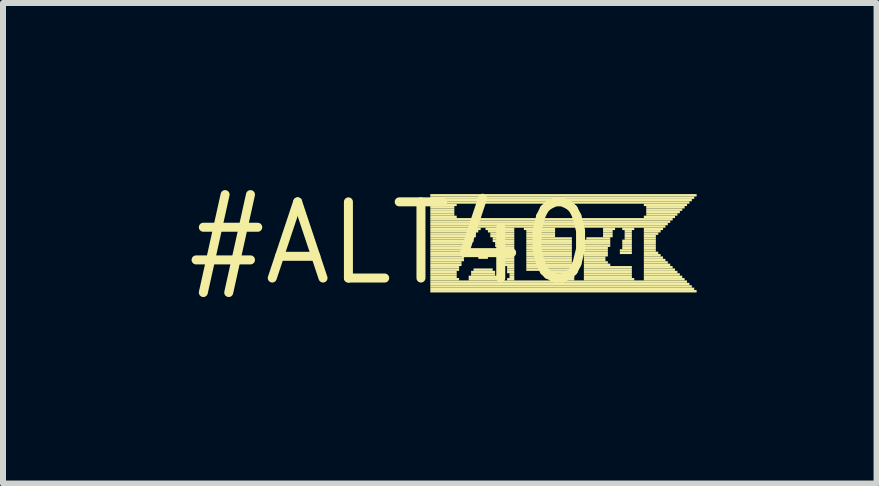
<source format=kicad_pcb>
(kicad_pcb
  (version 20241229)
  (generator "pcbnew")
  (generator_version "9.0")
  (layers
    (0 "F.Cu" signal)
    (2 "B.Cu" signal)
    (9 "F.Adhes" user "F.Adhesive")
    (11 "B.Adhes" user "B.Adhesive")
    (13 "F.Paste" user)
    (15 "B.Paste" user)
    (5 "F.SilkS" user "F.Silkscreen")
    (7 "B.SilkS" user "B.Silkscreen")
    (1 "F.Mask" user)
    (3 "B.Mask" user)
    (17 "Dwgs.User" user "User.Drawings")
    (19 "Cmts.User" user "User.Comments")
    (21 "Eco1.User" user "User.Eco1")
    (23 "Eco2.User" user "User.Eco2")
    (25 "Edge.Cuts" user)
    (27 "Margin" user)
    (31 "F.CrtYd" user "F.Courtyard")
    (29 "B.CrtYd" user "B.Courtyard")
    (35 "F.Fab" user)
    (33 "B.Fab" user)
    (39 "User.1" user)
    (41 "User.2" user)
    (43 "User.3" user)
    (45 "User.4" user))
  (footprint "#ALT40"
    (layer "F.Cu")
    (at 3.485 1.006)
    (property "Reference" "#ALT40" (at 0 0 0) (layer "F.SilkS") (effects (font (size 1.27 1.27) (thickness 0.15))))
    (fp_poly (pts (xy 0.64 -0.78) (xy 5.08 -0.78) (xy 5.08 -0.82) (xy 0.64 -0.82)) (stroke (width 0) (type default)) (fill yes) (layer "F.SilkS"))
    (fp_poly (pts (xy 0.64 -0.74) (xy 5.04 -0.74) (xy 5.04 -0.78) (xy 0.64 -0.78)) (stroke (width 0) (type default)) (fill yes) (layer "F.SilkS"))
    (fp_poly (pts (xy 0.64 -0.7) (xy 5 -0.7) (xy 5 -0.74) (xy 0.64 -0.74)) (stroke (width 0) (type default)) (fill yes) (layer "F.SilkS"))
    (fp_poly (pts (xy 0.64 -0.66) (xy 4.96 -0.66) (xy 4.96 -0.7) (xy 0.64 -0.7)) (stroke (width 0) (type default)) (fill yes) (layer "F.SilkS"))
    (fp_poly (pts (xy 0.64 -0.62) (xy 1.08 -0.62) (xy 1.08 -0.66) (xy 0.64 -0.66)) (stroke (width 0) (type default)) (fill yes) (layer "F.SilkS"))
    (fp_poly (pts (xy 0.64 -0.58) (xy 1.04 -0.58) (xy 1.04 -0.62) (xy 0.64 -0.62)) (stroke (width 0) (type default)) (fill yes) (layer "F.SilkS"))
    (fp_poly (pts (xy 0.64 -0.54) (xy 1.04 -0.54) (xy 1.04 -0.58) (xy 0.64 -0.58)) (stroke (width 0) (type default)) (fill yes) (layer "F.SilkS"))
    (fp_poly (pts (xy 0.64 -0.5) (xy 1.04 -0.5) (xy 1.04 -0.54) (xy 0.64 -0.54)) (stroke (width 0) (type default)) (fill yes) (layer "F.SilkS"))
    (fp_poly (pts (xy 0.64 -0.46) (xy 1.04 -0.46) (xy 1.04 -0.5) (xy 0.64 -0.5)) (stroke (width 0) (type default)) (fill yes) (layer "F.SilkS"))
    (fp_poly (pts (xy 0.64 -0.42) (xy 1.08 -0.42) (xy 1.08 -0.46) (xy 0.64 -0.46)) (stroke (width 0) (type default)) (fill yes) (layer "F.SilkS"))
    (fp_poly (pts (xy 0.64 -0.38) (xy 4.68 -0.38) (xy 4.68 -0.42) (xy 0.64 -0.42)) (stroke (width 0) (type default)) (fill yes) (layer "F.SilkS"))
    (fp_poly (pts (xy 0.64 -0.34) (xy 4.64 -0.34) (xy 4.64 -0.38) (xy 0.64 -0.38)) (stroke (width 0) (type default)) (fill yes) (layer "F.SilkS"))
    (fp_poly (pts (xy 0.64 -0.3) (xy 4.6 -0.3) (xy 4.6 -0.34) (xy 0.64 -0.34)) (stroke (width 0) (type default)) (fill yes) (layer "F.SilkS"))
    (fp_poly (pts (xy 0.64 -0.26) (xy 4.56 -0.26) (xy 4.56 -0.3) (xy 0.64 -0.3)) (stroke (width 0) (type default)) (fill yes) (layer "F.SilkS"))
    (fp_poly (pts (xy 0.64 -0.22) (xy 1.48 -0.22) (xy 1.48 -0.26) (xy 0.64 -0.26)) (stroke (width 0) (type default)) (fill yes) (layer "F.SilkS"))
    (fp_poly (pts (xy 0.64 -0.18) (xy 1.44 -0.18) (xy 1.44 -0.22) (xy 0.64 -0.22)) (stroke (width 0) (type default)) (fill yes) (layer "F.SilkS"))
    (fp_poly (pts (xy 0.64 -0.14) (xy 1.4 -0.14) (xy 1.4 -0.18) (xy 0.64 -0.18)) (stroke (width 0) (type default)) (fill yes) (layer "F.SilkS"))
    (fp_poly (pts (xy 0.64 -0.1) (xy 1.4 -0.1) (xy 1.4 -0.14) (xy 0.64 -0.14)) (stroke (width 0) (type default)) (fill yes) (layer "F.SilkS"))
    (fp_poly (pts (xy 0.64 -0.06) (xy 1.36 -0.06) (xy 1.36 -0.1) (xy 0.64 -0.1)) (stroke (width 0) (type default)) (fill yes) (layer "F.SilkS"))
    (fp_poly (pts (xy 0.64 -0.02) (xy 1.36 -0.02) (xy 1.36 -0.06) (xy 0.64 -0.06)) (stroke (width 0) (type default)) (fill yes) (layer "F.SilkS"))
    (fp_poly (pts (xy 0.64 0.02) (xy 1.32 0.02) (xy 1.32 -0.02) (xy 0.64 -0.02)) (stroke (width 0) (type default)) (fill yes) (layer "F.SilkS"))
    (fp_poly (pts (xy 0.64 0.06) (xy 1.32 0.06) (xy 1.32 0.02) (xy 0.64 0.02)) (stroke (width 0) (type default)) (fill yes) (layer "F.SilkS"))
    (fp_poly (pts (xy 0.64 0.1) (xy 1.28 0.1) (xy 1.28 0.06) (xy 0.64 0.06)) (stroke (width 0) (type default)) (fill yes) (layer "F.SilkS"))
    (fp_poly (pts (xy 0.64 0.14) (xy 1.28 0.14) (xy 1.28 0.1) (xy 0.64 0.1)) (stroke (width 0) (type default)) (fill yes) (layer "F.SilkS"))
    (fp_poly (pts (xy 0.64 0.18) (xy 1.24 0.18) (xy 1.24 0.14) (xy 0.64 0.14)) (stroke (width 0) (type default)) (fill yes) (layer "F.SilkS"))
    (fp_poly (pts (xy 0.64 0.22) (xy 1.24 0.22) (xy 1.24 0.18) (xy 0.64 0.18)) (stroke (width 0) (type default)) (fill yes) (layer "F.SilkS"))
    (fp_poly (pts (xy 0.64 0.26) (xy 1.2 0.26) (xy 1.2 0.22) (xy 0.64 0.22)) (stroke (width 0) (type default)) (fill yes) (layer "F.SilkS"))
    (fp_poly (pts (xy 0.64 0.3) (xy 1.2 0.3) (xy 1.2 0.26) (xy 0.64 0.26)) (stroke (width 0) (type default)) (fill yes) (layer "F.SilkS"))
    (fp_poly (pts (xy 0.64 0.34) (xy 1.16 0.34) (xy 1.16 0.3) (xy 0.64 0.3)) (stroke (width 0) (type default)) (fill yes) (layer "F.SilkS"))
    (fp_poly (pts (xy 0.64 0.38) (xy 1.16 0.38) (xy 1.16 0.34) (xy 0.64 0.34)) (stroke (width 0) (type default)) (fill yes) (layer "F.SilkS"))
    (fp_poly (pts (xy 0.64 0.42) (xy 1.12 0.42) (xy 1.12 0.38) (xy 0.64 0.38)) (stroke (width 0) (type default)) (fill yes) (layer "F.SilkS"))
    (fp_poly (pts (xy 0.64 0.46) (xy 1.12 0.46) (xy 1.12 0.42) (xy 0.64 0.42)) (stroke (width 0) (type default)) (fill yes) (layer "F.SilkS"))
    (fp_poly (pts (xy 0.64 0.5) (xy 1.08 0.5) (xy 1.08 0.46) (xy 0.64 0.46)) (stroke (width 0) (type default)) (fill yes) (layer "F.SilkS"))
    (fp_poly (pts (xy 0.64 0.54) (xy 1.08 0.54) (xy 1.08 0.5) (xy 0.64 0.5)) (stroke (width 0) (type default)) (fill yes) (layer "F.SilkS"))
    (fp_poly (pts (xy 0.64 0.58) (xy 1.08 0.58) (xy 1.08 0.54) (xy 0.64 0.54)) (stroke (width 0) (type default)) (fill yes) (layer "F.SilkS"))
    (fp_poly (pts (xy 0.64 0.62) (xy 1.12 0.62) (xy 1.12 0.58) (xy 0.64 0.58)) (stroke (width 0) (type default)) (fill yes) (layer "F.SilkS"))
    (fp_poly (pts (xy 0.64 0.66) (xy 4.92 0.66) (xy 4.92 0.62) (xy 0.64 0.62)) (stroke (width 0) (type default)) (fill yes) (layer "F.SilkS"))
    (fp_poly (pts (xy 0.64 0.7) (xy 4.96 0.7) (xy 4.96 0.66) (xy 0.64 0.66)) (stroke (width 0) (type default)) (fill yes) (layer "F.SilkS"))
    (fp_poly (pts (xy 0.64 0.74) (xy 5 0.74) (xy 5 0.7) (xy 0.64 0.7)) (stroke (width 0) (type default)) (fill yes) (layer "F.SilkS"))
    (fp_poly (pts (xy 0.64 0.78) (xy 5.04 0.78) (xy 5.04 0.74) (xy 0.64 0.74)) (stroke (width 0) (type default)) (fill yes) (layer "F.SilkS"))
    (fp_poly (pts (xy 0.64 0.82) (xy 5.08 0.82) (xy 5.08 0.78) (xy 0.64 0.78)) (stroke (width 0) (type default)) (fill yes) (layer "F.SilkS"))
    (fp_poly (pts (xy 1.28 0.58) (xy 1.76 0.58) (xy 1.76 0.54) (xy 1.28 0.54)) (stroke (width 0) (type default)) (fill yes) (layer "F.SilkS"))
    (fp_poly (pts (xy 1.28 0.62) (xy 1.76 0.62) (xy 1.76 0.58) (xy 1.28 0.58)) (stroke (width 0) (type default)) (fill yes) (layer "F.SilkS"))
    (fp_poly (pts (xy 1.32 0.5) (xy 1.72 0.5) (xy 1.72 0.46) (xy 1.32 0.46)) (stroke (width 0) (type default)) (fill yes) (layer "F.SilkS"))
    (fp_poly (pts (xy 1.32 0.54) (xy 1.72 0.54) (xy 1.72 0.5) (xy 1.32 0.5)) (stroke (width 0) (type default)) (fill yes) (layer "F.SilkS"))
    (fp_poly (pts (xy 1.36 0.46) (xy 1.68 0.46) (xy 1.68 0.42) (xy 1.36 0.42)) (stroke (width 0) (type default)) (fill yes) (layer "F.SilkS"))
    (fp_poly (pts (xy 1.44 0.26) (xy 1.6 0.26) (xy 1.6 0.22) (xy 1.44 0.22)) (stroke (width 0) (type default)) (fill yes) (layer "F.SilkS"))
    (fp_poly (pts (xy 1.48 0.18) (xy 1.56 0.18) (xy 1.56 0.14) (xy 1.48 0.14)) (stroke (width 0) (type default)) (fill yes) (layer "F.SilkS"))
    (fp_poly (pts (xy 1.48 0.22) (xy 1.56 0.22) (xy 1.56 0.18) (xy 1.48 0.18)) (stroke (width 0) (type default)) (fill yes) (layer "F.SilkS"))
    (fp_poly (pts (xy 1.56 -0.22) (xy 2.04 -0.22) (xy 2.04 -0.26) (xy 1.56 -0.26)) (stroke (width 0) (type default)) (fill yes) (layer "F.SilkS"))
    (fp_poly (pts (xy 1.6 -0.18) (xy 2.04 -0.18) (xy 2.04 -0.22) (xy 1.6 -0.22)) (stroke (width 0) (type default)) (fill yes) (layer "F.SilkS"))
    (fp_poly (pts (xy 1.64 -0.14) (xy 2.04 -0.14) (xy 2.04 -0.18) (xy 1.64 -0.18)) (stroke (width 0) (type default)) (fill yes) (layer "F.SilkS"))
    (fp_poly (pts (xy 1.64 -0.1) (xy 2.04 -0.1) (xy 2.04 -0.14) (xy 1.64 -0.14)) (stroke (width 0) (type default)) (fill yes) (layer "F.SilkS"))
    (fp_poly (pts (xy 1.68 -0.06) (xy 2.04 -0.06) (xy 2.04 -0.1) (xy 1.68 -0.1)) (stroke (width 0) (type default)) (fill yes) (layer "F.SilkS"))
    (fp_poly (pts (xy 1.68 -0.02) (xy 2.04 -0.02) (xy 2.04 -0.06) (xy 1.68 -0.06)) (stroke (width 0) (type default)) (fill yes) (layer "F.SilkS"))
    (fp_poly (pts (xy 1.72 0.02) (xy 2.04 0.02) (xy 2.04 -0.02) (xy 1.72 -0.02)) (stroke (width 0) (type default)) (fill yes) (layer "F.SilkS"))
    (fp_poly (pts (xy 1.72 0.06) (xy 2.04 0.06) (xy 2.04 0.02) (xy 1.72 0.02)) (stroke (width 0) (type default)) (fill yes) (layer "F.SilkS"))
    (fp_poly (pts (xy 1.76 0.1) (xy 2.04 0.1) (xy 2.04 0.06) (xy 1.76 0.06)) (stroke (width 0) (type default)) (fill yes) (layer "F.SilkS"))
    (fp_poly (pts (xy 1.76 0.14) (xy 2.04 0.14) (xy 2.04 0.1) (xy 1.76 0.1)) (stroke (width 0) (type default)) (fill yes) (layer "F.SilkS"))
    (fp_poly (pts (xy 1.8 0.18) (xy 2.04 0.18) (xy 2.04 0.14) (xy 1.8 0.14)) (stroke (width 0) (type default)) (fill yes) (layer "F.SilkS"))
    (fp_poly (pts (xy 1.8 0.22) (xy 2.04 0.22) (xy 2.04 0.18) (xy 1.8 0.18)) (stroke (width 0) (type default)) (fill yes) (layer "F.SilkS"))
    (fp_poly (pts (xy 1.84 0.26) (xy 2.04 0.26) (xy 2.04 0.22) (xy 1.84 0.22)) (stroke (width 0) (type default)) (fill yes) (layer "F.SilkS"))
    (fp_poly (pts (xy 1.84 0.3) (xy 2.04 0.3) (xy 2.04 0.26) (xy 1.84 0.26)) (stroke (width 0) (type default)) (fill yes) (layer "F.SilkS"))
    (fp_poly (pts (xy 1.88 0.34) (xy 2.04 0.34) (xy 2.04 0.3) (xy 1.88 0.3)) (stroke (width 0) (type default)) (fill yes) (layer "F.SilkS"))
    (fp_poly (pts (xy 1.88 0.38) (xy 2.04 0.38) (xy 2.04 0.34) (xy 1.88 0.34)) (stroke (width 0) (type default)) (fill yes) (layer "F.SilkS"))
    (fp_poly (pts (xy 1.92 0.42) (xy 2.04 0.42) (xy 2.04 0.38) (xy 1.92 0.38)) (stroke (width 0) (type default)) (fill yes) (layer "F.SilkS"))
    (fp_poly (pts (xy 1.92 0.46) (xy 2.04 0.46) (xy 2.04 0.42) (xy 1.92 0.42)) (stroke (width 0) (type default)) (fill yes) (layer "F.SilkS"))
    (fp_poly (pts (xy 1.92 0.5) (xy 2.04 0.5) (xy 2.04 0.46) (xy 1.92 0.46)) (stroke (width 0) (type default)) (fill yes) (layer "F.SilkS"))
    (fp_poly (pts (xy 1.92 0.62) (xy 2.04 0.62) (xy 2.04 0.58) (xy 1.92 0.58)) (stroke (width 0) (type default)) (fill yes) (layer "F.SilkS"))
    (fp_poly (pts (xy 1.96 0.54) (xy 2.04 0.54) (xy 2.04 0.5) (xy 1.96 0.5)) (stroke (width 0) (type default)) (fill yes) (layer "F.SilkS"))
    (fp_poly (pts (xy 1.96 0.58) (xy 2.04 0.58) (xy 2.04 0.54) (xy 1.96 0.54)) (stroke (width 0) (type default)) (fill yes) (layer "F.SilkS"))
    (fp_poly (pts (xy 2.2 -0.22) (xy 2.72 -0.22) (xy 2.72 -0.26) (xy 2.2 -0.26)) (stroke (width 0) (type default)) (fill yes) (layer "F.SilkS"))
    (fp_poly (pts (xy 2.24 -0.18) (xy 2.72 -0.18) (xy 2.72 -0.22) (xy 2.24 -0.22)) (stroke (width 0) (type default)) (fill yes) (layer "F.SilkS"))
    (fp_poly (pts (xy 2.24 -0.14) (xy 2.72 -0.14) (xy 2.72 -0.18) (xy 2.24 -0.18)) (stroke (width 0) (type default)) (fill yes) (layer "F.SilkS"))
    (fp_poly (pts (xy 2.24 -0.1) (xy 2.72 -0.1) (xy 2.72 -0.14) (xy 2.24 -0.14)) (stroke (width 0) (type default)) (fill yes) (layer "F.SilkS"))
    (fp_poly (pts (xy 2.24 -0.06) (xy 3 -0.06) (xy 3 -0.1) (xy 2.24 -0.1)) (stroke (width 0) (type default)) (fill yes) (layer "F.SilkS"))
    (fp_poly (pts (xy 2.24 -0.02) (xy 3 -0.02) (xy 3 -0.06) (xy 2.24 -0.06)) (stroke (width 0) (type default)) (fill yes) (layer "F.SilkS"))
    (fp_poly (pts (xy 2.24 0.02) (xy 3 0.02) (xy 3 -0.02) (xy 2.24 -0.02)) (stroke (width 0) (type default)) (fill yes) (layer "F.SilkS"))
    (fp_poly (pts (xy 2.24 0.06) (xy 3 0.06) (xy 3 0.02) (xy 2.24 0.02)) (stroke (width 0) (type default)) (fill yes) (layer "F.SilkS"))
    (fp_poly (pts (xy 2.24 0.1) (xy 3 0.1) (xy 3 0.06) (xy 2.24 0.06)) (stroke (width 0) (type default)) (fill yes) (layer "F.SilkS"))
    (fp_poly (pts (xy 2.24 0.14) (xy 3 0.14) (xy 3 0.1) (xy 2.24 0.1)) (stroke (width 0) (type default)) (fill yes) (layer "F.SilkS"))
    (fp_poly (pts (xy 2.24 0.18) (xy 3 0.18) (xy 3 0.14) (xy 2.24 0.14)) (stroke (width 0) (type default)) (fill yes) (layer "F.SilkS"))
    (fp_poly (pts (xy 2.24 0.22) (xy 3 0.22) (xy 3 0.18) (xy 2.24 0.18)) (stroke (width 0) (type default)) (fill yes) (layer "F.SilkS"))
    (fp_poly (pts (xy 2.24 0.26) (xy 3 0.26) (xy 3 0.22) (xy 2.24 0.22)) (stroke (width 0) (type default)) (fill yes) (layer "F.SilkS"))
    (fp_poly (pts (xy 2.24 0.3) (xy 3 0.3) (xy 3 0.26) (xy 2.24 0.26)) (stroke (width 0) (type default)) (fill yes) (layer "F.SilkS"))
    (fp_poly (pts (xy 2.24 0.34) (xy 3 0.34) (xy 3 0.3) (xy 2.24 0.3)) (stroke (width 0) (type default)) (fill yes) (layer "F.SilkS"))
    (fp_poly (pts (xy 2.24 0.38) (xy 3 0.38) (xy 3 0.34) (xy 2.24 0.34)) (stroke (width 0) (type default)) (fill yes) (layer "F.SilkS"))
    (fp_poly (pts (xy 2.24 0.42) (xy 3 0.42) (xy 3 0.38) (xy 2.24 0.38)) (stroke (width 0) (type default)) (fill yes) (layer "F.SilkS"))
    (fp_poly (pts (xy 2.24 0.46) (xy 3 0.46) (xy 3 0.42) (xy 2.24 0.42)) (stroke (width 0) (type default)) (fill yes) (layer "F.SilkS"))
    (fp_poly (pts (xy 2.64 0.5) (xy 3 0.5) (xy 3 0.46) (xy 2.64 0.46)) (stroke (width 0) (type default)) (fill yes) (layer "F.SilkS"))
    (fp_poly (pts (xy 2.64 0.54) (xy 3 0.54) (xy 3 0.5) (xy 2.64 0.5)) (stroke (width 0) (type default)) (fill yes) (layer "F.SilkS"))
    (fp_poly (pts (xy 2.64 0.58) (xy 3.04 0.58) (xy 3.04 0.54) (xy 2.64 0.54)) (stroke (width 0) (type default)) (fill yes) (layer "F.SilkS"))
    (fp_poly (pts (xy 2.64 0.62) (xy 3.04 0.62) (xy 3.04 0.58) (xy 2.64 0.58)) (stroke (width 0) (type default)) (fill yes) (layer "F.SilkS"))
    (fp_poly (pts (xy 3.2 -0.02) (xy 3.64 -0.02) (xy 3.64 -0.06) (xy 3.2 -0.06)) (stroke (width 0) (type default)) (fill yes) (layer "F.SilkS"))
    (fp_poly (pts (xy 3.2 0.02) (xy 3.64 0.02) (xy 3.64 -0.02) (xy 3.2 -0.02)) (stroke (width 0) (type default)) (fill yes) (layer "F.SilkS"))
    (fp_poly (pts (xy 3.2 0.06) (xy 3.64 0.06) (xy 3.64 0.02) (xy 3.2 0.02)) (stroke (width 0) (type default)) (fill yes) (layer "F.SilkS"))
    (fp_poly (pts (xy 3.2 0.1) (xy 3.6 0.1) (xy 3.6 0.06) (xy 3.2 0.06)) (stroke (width 0) (type default)) (fill yes) (layer "F.SilkS"))
    (fp_poly (pts (xy 3.2 0.14) (xy 3.6 0.14) (xy 3.6 0.1) (xy 3.2 0.1)) (stroke (width 0) (type default)) (fill yes) (layer "F.SilkS"))
    (fp_poly (pts (xy 3.2 0.18) (xy 3.6 0.18) (xy 3.6 0.14) (xy 3.2 0.14)) (stroke (width 0) (type default)) (fill yes) (layer "F.SilkS"))
    (fp_poly (pts (xy 3.2 0.22) (xy 3.6 0.22) (xy 3.6 0.18) (xy 3.2 0.18)) (stroke (width 0) (type default)) (fill yes) (layer "F.SilkS"))
    (fp_poly (pts (xy 3.2 0.26) (xy 3.56 0.26) (xy 3.56 0.22) (xy 3.2 0.22)) (stroke (width 0) (type default)) (fill yes) (layer "F.SilkS"))
    (fp_poly (pts (xy 3.2 0.3) (xy 3.56 0.3) (xy 3.56 0.26) (xy 3.2 0.26)) (stroke (width 0) (type default)) (fill yes) (layer "F.SilkS"))
    (fp_poly (pts (xy 3.2 0.34) (xy 3.6 0.34) (xy 3.6 0.3) (xy 3.2 0.3)) (stroke (width 0) (type default)) (fill yes) (layer "F.SilkS"))
    (fp_poly (pts (xy 3.2 0.38) (xy 3.64 0.38) (xy 3.64 0.34) (xy 3.2 0.34)) (stroke (width 0) (type default)) (fill yes) (layer "F.SilkS"))
    (fp_poly (pts (xy 3.2 0.42) (xy 4 0.42) (xy 4 0.38) (xy 3.2 0.38)) (stroke (width 0) (type default)) (fill yes) (layer "F.SilkS"))
    (fp_poly (pts (xy 3.2 0.46) (xy 4 0.46) (xy 4 0.42) (xy 3.2 0.42)) (stroke (width 0) (type default)) (fill yes) (layer "F.SilkS"))
    (fp_poly (pts (xy 3.2 0.5) (xy 4 0.5) (xy 4 0.46) (xy 3.2 0.46)) (stroke (width 0) (type default)) (fill yes) (layer "F.SilkS"))
    (fp_poly (pts (xy 3.2 0.54) (xy 4 0.54) (xy 4 0.5) (xy 3.2 0.5)) (stroke (width 0) (type default)) (fill yes) (layer "F.SilkS"))
    (fp_poly (pts (xy 3.2 0.58) (xy 4 0.58) (xy 4 0.54) (xy 3.2 0.54)) (stroke (width 0) (type default)) (fill yes) (layer "F.SilkS"))
    (fp_poly (pts (xy 3.2 0.62) (xy 4.04 0.62) (xy 4.04 0.58) (xy 3.2 0.58)) (stroke (width 0) (type default)) (fill yes) (layer "F.SilkS"))
    (fp_poly (pts (xy 3.24 -0.06) (xy 3.64 -0.06) (xy 3.64 -0.1) (xy 3.24 -0.1)) (stroke (width 0) (type default)) (fill yes) (layer "F.SilkS"))
    (fp_poly (pts (xy 3.52 -0.22) (xy 3.72 -0.22) (xy 3.72 -0.26) (xy 3.52 -0.26)) (stroke (width 0) (type default)) (fill yes) (layer "F.SilkS"))
    (fp_poly (pts (xy 3.52 -0.18) (xy 3.68 -0.18) (xy 3.68 -0.22) (xy 3.52 -0.22)) (stroke (width 0) (type default)) (fill yes) (layer "F.SilkS"))
    (fp_poly (pts (xy 3.52 -0.14) (xy 3.68 -0.14) (xy 3.68 -0.18) (xy 3.52 -0.18)) (stroke (width 0) (type default)) (fill yes) (layer "F.SilkS"))
    (fp_poly (pts (xy 3.52 -0.1) (xy 3.68 -0.1) (xy 3.68 -0.14) (xy 3.52 -0.14)) (stroke (width 0) (type default)) (fill yes) (layer "F.SilkS"))
    (fp_poly (pts (xy 3.8 0.14) (xy 4 0.14) (xy 4 0.1) (xy 3.8 0.1)) (stroke (width 0) (type default)) (fill yes) (layer "F.SilkS"))
    (fp_poly (pts (xy 3.8 0.18) (xy 4 0.18) (xy 4 0.14) (xy 3.8 0.14)) (stroke (width 0) (type default)) (fill yes) (layer "F.SilkS"))
    (fp_poly (pts (xy 3.84 -0.22) (xy 4.04 -0.22) (xy 4.04 -0.26) (xy 3.84 -0.26)) (stroke (width 0) (type default)) (fill yes) (layer "F.SilkS"))
    (fp_poly (pts (xy 3.84 -0.02) (xy 4 -0.02) (xy 4 -0.06) (xy 3.84 -0.06)) (stroke (width 0) (type default)) (fill yes) (layer "F.SilkS"))
    (fp_poly (pts (xy 3.84 0.02) (xy 4 0.02) (xy 4 -0.02) (xy 3.84 -0.02)) (stroke (width 0) (type default)) (fill yes) (layer "F.SilkS"))
    (fp_poly (pts (xy 3.84 0.06) (xy 4 0.06) (xy 4 0.02) (xy 3.84 0.02)) (stroke (width 0) (type default)) (fill yes) (layer "F.SilkS"))
    (fp_poly (pts (xy 3.84 0.1) (xy 4 0.1) (xy 4 0.06) (xy 3.84 0.06)) (stroke (width 0) (type default)) (fill yes) (layer "F.SilkS"))
    (fp_poly (pts (xy 3.88 -0.18) (xy 4 -0.18) (xy 4 -0.22) (xy 3.88 -0.22)) (stroke (width 0) (type default)) (fill yes) (layer "F.SilkS"))
    (fp_poly (pts (xy 3.88 -0.14) (xy 4 -0.14) (xy 4 -0.18) (xy 3.88 -0.18)) (stroke (width 0) (type default)) (fill yes) (layer "F.SilkS"))
    (fp_poly (pts (xy 3.88 -0.1) (xy 4 -0.1) (xy 4 -0.14) (xy 3.88 -0.14)) (stroke (width 0) (type default)) (fill yes) (layer "F.SilkS"))
    (fp_poly (pts (xy 3.88 -0.06) (xy 4 -0.06) (xy 4 -0.1) (xy 3.88 -0.1)) (stroke (width 0) (type default)) (fill yes) (layer "F.SilkS"))
    (fp_poly (pts (xy 4.2 -0.62) (xy 4.92 -0.62) (xy 4.92 -0.66) (xy 4.2 -0.66)) (stroke (width 0) (type default)) (fill yes) (layer "F.SilkS"))
    (fp_poly (pts (xy 4.2 -0.42) (xy 4.72 -0.42) (xy 4.72 -0.46) (xy 4.2 -0.46)) (stroke (width 0) (type default)) (fill yes) (layer "F.SilkS"))
    (fp_poly (pts (xy 4.2 -0.22) (xy 4.52 -0.22) (xy 4.52 -0.26) (xy 4.2 -0.26)) (stroke (width 0) (type default)) (fill yes) (layer "F.SilkS"))
    (fp_poly (pts (xy 4.2 -0.18) (xy 4.48 -0.18) (xy 4.48 -0.22) (xy 4.2 -0.22)) (stroke (width 0) (type default)) (fill yes) (layer "F.SilkS"))
    (fp_poly (pts (xy 4.2 -0.14) (xy 4.44 -0.14) (xy 4.44 -0.18) (xy 4.2 -0.18)) (stroke (width 0) (type default)) (fill yes) (layer "F.SilkS"))
    (fp_poly (pts (xy 4.2 -0.1) (xy 4.4 -0.1) (xy 4.4 -0.14) (xy 4.2 -0.14)) (stroke (width 0) (type default)) (fill yes) (layer "F.SilkS"))
    (fp_poly (pts (xy 4.2 -0.06) (xy 4.4 -0.06) (xy 4.4 -0.1) (xy 4.2 -0.1)) (stroke (width 0) (type default)) (fill yes) (layer "F.SilkS"))
    (fp_poly (pts (xy 4.2 -0.02) (xy 4.4 -0.02) (xy 4.4 -0.06) (xy 4.2 -0.06)) (stroke (width 0) (type default)) (fill yes) (layer "F.SilkS"))
    (fp_poly (pts (xy 4.2 0.02) (xy 4.4 0.02) (xy 4.4 -0.02) (xy 4.2 -0.02)) (stroke (width 0) (type default)) (fill yes) (layer "F.SilkS"))
    (fp_poly (pts (xy 4.2 0.06) (xy 4.4 0.06) (xy 4.4 0.02) (xy 4.2 0.02)) (stroke (width 0) (type default)) (fill yes) (layer "F.SilkS"))
    (fp_poly (pts (xy 4.2 0.1) (xy 4.4 0.1) (xy 4.4 0.06) (xy 4.2 0.06)) (stroke (width 0) (type default)) (fill yes) (layer "F.SilkS"))
    (fp_poly (pts (xy 4.2 0.14) (xy 4.4 0.14) (xy 4.4 0.1) (xy 4.2 0.1)) (stroke (width 0) (type default)) (fill yes) (layer "F.SilkS"))
    (fp_poly (pts (xy 4.2 0.18) (xy 4.44 0.18) (xy 4.44 0.14) (xy 4.2 0.14)) (stroke (width 0) (type default)) (fill yes) (layer "F.SilkS"))
    (fp_poly (pts (xy 4.2 0.22) (xy 4.48 0.22) (xy 4.48 0.18) (xy 4.2 0.18)) (stroke (width 0) (type default)) (fill yes) (layer "F.SilkS"))
    (fp_poly (pts (xy 4.2 0.26) (xy 4.52 0.26) (xy 4.52 0.22) (xy 4.2 0.22)) (stroke (width 0) (type default)) (fill yes) (layer "F.SilkS"))
    (fp_poly (pts (xy 4.2 0.3) (xy 4.56 0.3) (xy 4.56 0.26) (xy 4.2 0.26)) (stroke (width 0) (type default)) (fill yes) (layer "F.SilkS"))
    (fp_poly (pts (xy 4.2 0.34) (xy 4.6 0.34) (xy 4.6 0.3) (xy 4.2 0.3)) (stroke (width 0) (type default)) (fill yes) (layer "F.SilkS"))
    (fp_poly (pts (xy 4.2 0.38) (xy 4.64 0.38) (xy 4.64 0.34) (xy 4.2 0.34)) (stroke (width 0) (type default)) (fill yes) (layer "F.SilkS"))
    (fp_poly (pts (xy 4.2 0.42) (xy 4.68 0.42) (xy 4.68 0.38) (xy 4.2 0.38)) (stroke (width 0) (type default)) (fill yes) (layer "F.SilkS"))
    (fp_poly (pts (xy 4.2 0.46) (xy 4.72 0.46) (xy 4.72 0.42) (xy 4.2 0.42)) (stroke (width 0) (type default)) (fill yes) (layer "F.SilkS"))
    (fp_poly (pts (xy 4.2 0.5) (xy 4.76 0.5) (xy 4.76 0.46) (xy 4.2 0.46)) (stroke (width 0) (type default)) (fill yes) (layer "F.SilkS"))
    (fp_poly (pts (xy 4.2 0.54) (xy 4.8 0.54) (xy 4.8 0.5) (xy 4.2 0.5)) (stroke (width 0) (type default)) (fill yes) (layer "F.SilkS"))
    (fp_poly (pts (xy 4.2 0.58) (xy 4.84 0.58) (xy 4.84 0.54) (xy 4.2 0.54)) (stroke (width 0) (type default)) (fill yes) (layer "F.SilkS"))
    (fp_poly (pts (xy 4.2 0.62) (xy 4.88 0.62) (xy 4.88 0.58) (xy 4.2 0.58)) (stroke (width 0) (type default)) (fill yes) (layer "F.SilkS"))
    (fp_poly (pts (xy 4.24 -0.58) (xy 4.88 -0.58) (xy 4.88 -0.62) (xy 4.24 -0.62)) (stroke (width 0) (type default)) (fill yes) (layer "F.SilkS"))
    (fp_poly (pts (xy 4.24 -0.54) (xy 4.84 -0.54) (xy 4.84 -0.58) (xy 4.24 -0.58)) (stroke (width 0) (type default)) (fill yes) (layer "F.SilkS"))
    (fp_poly (pts (xy 4.24 -0.5) (xy 4.8 -0.5) (xy 4.8 -0.54) (xy 4.24 -0.54)) (stroke (width 0) (type default)) (fill yes) (layer "F.SilkS"))
    (fp_poly (pts (xy 4.24 -0.46) (xy 4.76 -0.46) (xy 4.76 -0.5) (xy 4.24 -0.5)) (stroke (width 0) (type default)) (fill yes) (layer "F.SilkS")))
  (gr_rect
    (start -3 -3)
    (end 11.565 5.012)
    (stroke (width 0.1) (type default))
    (fill no)
    (layer "Edge.Cuts")))
</source>
